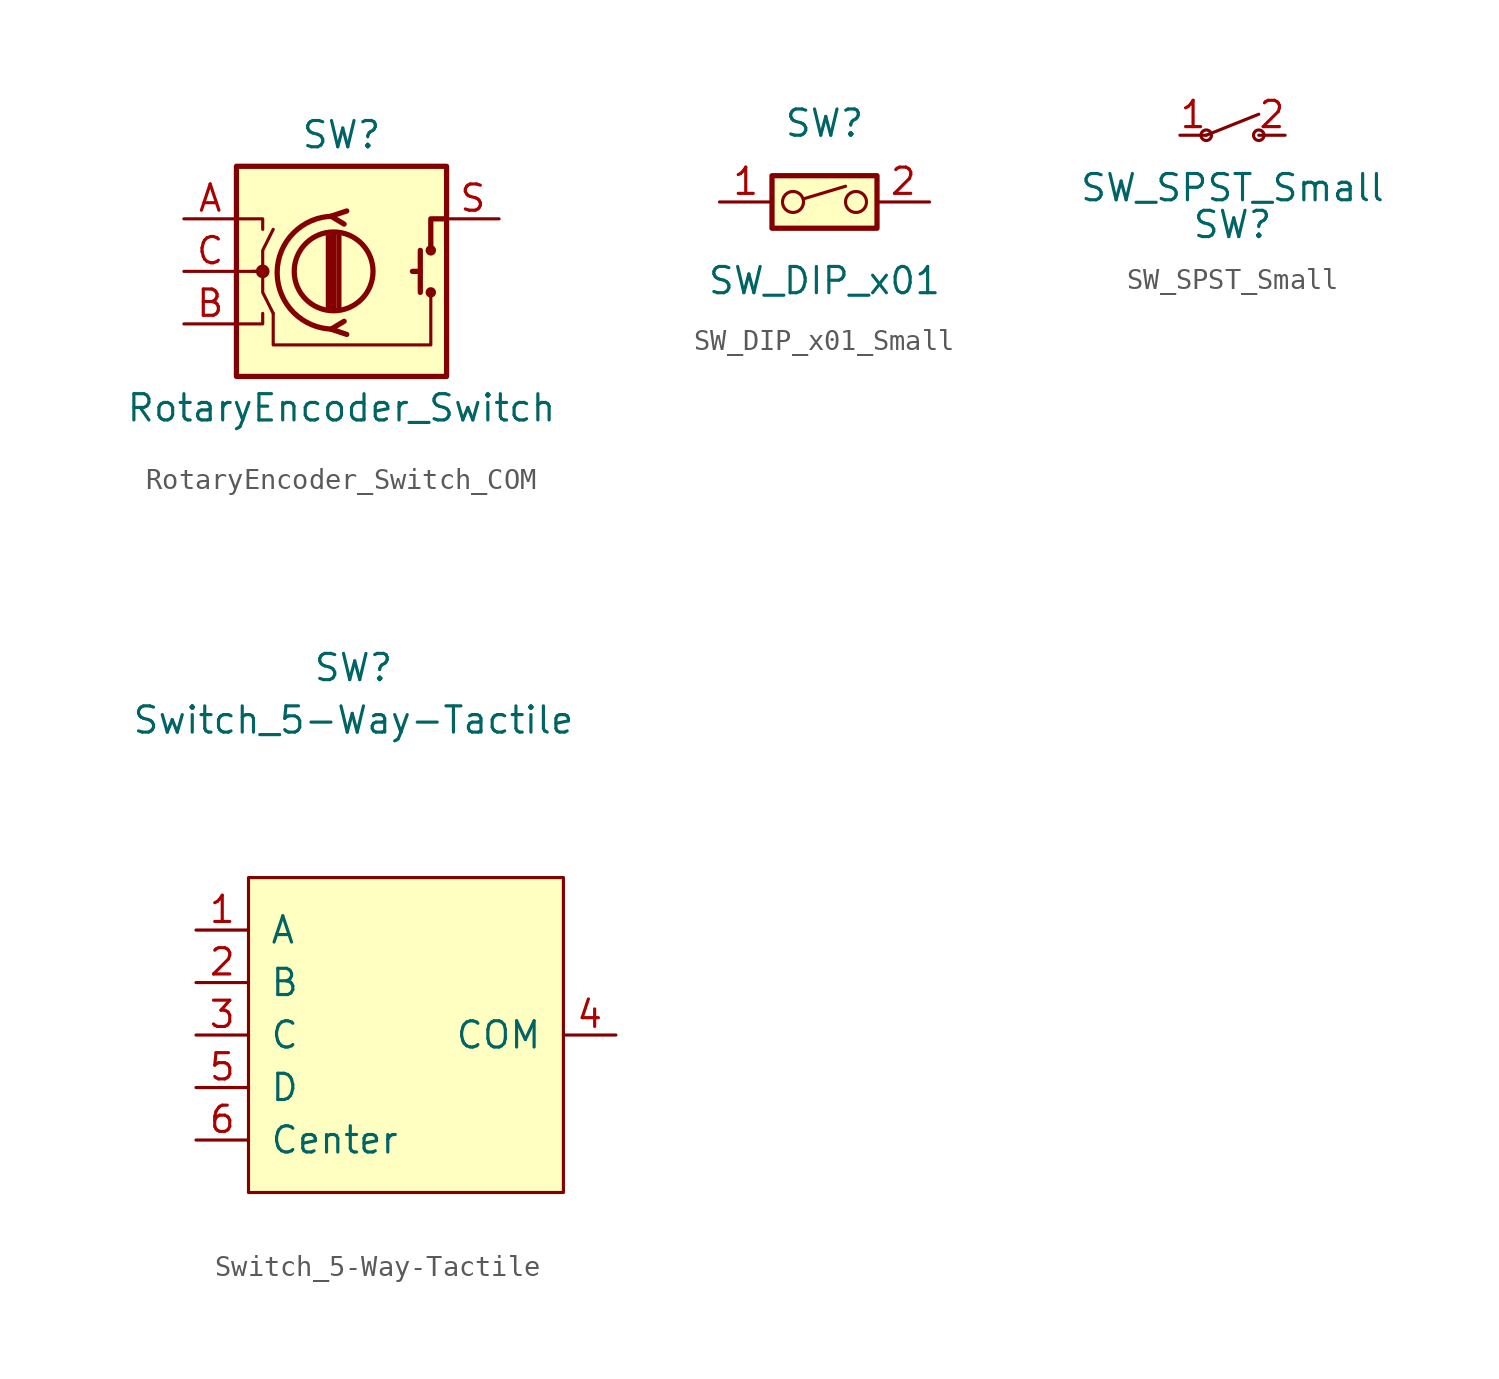
<source format=kicad_sym>
(kicad_symbol_lib
  (version 20220914)
  (generator kicad_symbol_editor)
  (symbol "RotaryEncoder_Switch_COM"
    (pin_names
      (offset 0.254) hide)
    (property "Reference" "SW"
      (at 0 6.604 0)
      (effects (font (size 1.27 1.27))))
    (property "Value" "RotaryEncoder_Switch"
      (at 0 -6.604 0)
      (effects (font (size 1.27 1.27))))
    (symbol "RotaryEncoder_Switch_COM_0_1"
      (rectangle (start -5.08 5.08) (end 5.08 -5.08) (stroke (width 0.254) (type default)) (fill (type background)))
      (circle (center -3.81 0) (radius 0.254) (stroke (width 0) (type default)) (fill (type outline)))
      (circle (center -0.381 0) (radius 1.905) (stroke (width 0.254) (type default)) (fill (type none)))
      (arc (start -0.381 2.667) (mid -3.0988 -0.0635) (end -0.381 -2.794) (stroke (width 0.254) (type default)) (fill (type none)))
      (polyline (pts (xy -0.635 -1.778) (xy -0.635 1.778)) (stroke (width 0.254) (type default)) (fill (type none)))
      (polyline (pts (xy -0.381 -1.778) (xy -0.381 1.778)) (stroke (width 0.254) (type default)) (fill (type none)))
      (polyline (pts (xy -0.127 1.778) (xy -0.127 -1.778)) (stroke (width 0.254) (type default)) (fill (type none)))
      (polyline (pts (xy 3.81 0) (xy 3.429 0)) (stroke (width 0.254) (type default)) (fill (type none)))
      (polyline (pts (xy 3.81 1.016) (xy 3.81 -1.016)) (stroke (width 0.254) (type default)) (fill (type none)))
      (polyline (pts (xy -5.08 -2.54) (xy -3.81 -2.54) (xy -3.81 -2.032)) (stroke (width 0) (type default)) (fill (type none)))
      (polyline (pts (xy -5.08 2.54) (xy -3.81 2.54) (xy -3.81 2.032)) (stroke (width 0) (type default)) (fill (type none)))
      (polyline (pts (xy 0.254 -3.048) (xy -0.508 -2.794) (xy 0.127 -2.413)) (stroke (width 0.254) (type default)) (fill (type none)))
      (polyline (pts (xy 0.254 2.921) (xy -0.508 2.667) (xy 0.127 2.286)) (stroke (width 0.254) (type default)) (fill (type none)))
      (polyline (pts (xy 5.08 2.54) (xy 4.318 2.54) (xy 4.318 1.016)) (stroke (width 0.254) (type default)) (fill (type none)))
      (polyline (pts (xy -5.08 0) (xy -3.81 0) (xy -3.81 -1.016) (xy -3.302 -2.032)) (stroke (width 0) (type default)) (fill (type none)))
      (polyline (pts (xy -4.318 0) (xy -3.81 0) (xy -3.81 1.016) (xy -3.302 2.032)) (stroke (width 0) (type default)) (fill (type none)))
      (polyline (pts (xy 4.318 -1.016) (xy 4.318 -3.556) (xy -3.302 -3.556) (xy -3.302 -2.032) (xy -3.302 -2.286)) (stroke (width 0) (type default)) (fill (type none)))
      (circle (center 4.318 -1.016) (radius 0.127) (stroke (width 0.254) (type default)) (fill (type none)))
      (circle (center 4.318 1.016) (radius 0.127) (stroke (width 0.254) (type default)) (fill (type none))))
    (symbol "RotaryEncoder_Switch_COM_1_1"
      (pin passive line (at -7.62 2.54 0) (length 2.54) (name "A" (effects (font (size 1.27 1.27)))) (number "A" (effects (font (size 1.27 1.27)))))
      (pin passive line (at -7.62 -2.54 0) (length 2.54) (name "B" (effects (font (size 1.27 1.27)))) (number "B" (effects (font (size 1.27 1.27)))))
      (pin passive line (at -7.62 0 0) (length 2.54) (name "C" (effects (font (size 1.27 1.27)))) (number "C" (effects (font (size 1.27 1.27)))))
      (pin passive line (at 7.62 2.54 180) (length 2.54) (name "S" (effects (font (size 1.27 1.27)))) (number "S" (effects (font (size 1.27 1.27)))))))
  (symbol "SW_DIP_x01_Small"
    (pin_names
      (offset 0) hide)
    (property "Reference" "SW"
      (at 0 3.81 0)
      (effects (font (size 1.27 1.27))))
    (property "Value" "SW_DIP_x01"
      (at 0 -3.81 0)
      (effects (font (size 1.27 1.27))))
    (symbol "SW_DIP_x01_Small_0_0"
      (circle (center -1.524 0) (radius 0.508) (stroke (width 0) (type default)) (fill (type none)))
      (polyline (pts (xy -1.016 0.152) (xy 1.016 0.762)) (stroke (width 0) (type default)) (fill (type none)))
      (circle (center 1.524 0) (radius 0.508) (stroke (width 0) (type default)) (fill (type none))))
    (symbol "SW_DIP_x01_Small_0_1"
      (rectangle (start -2.54 1.27) (end 2.54 -1.27) (stroke (width 0.254) (type default)) (fill (type background))))
    (symbol "SW_DIP_x01_Small_1_1"
      (pin passive line (at -5.08 0 0) (length 2.54) (name "~" (effects (font (size 1.27 1.27)))) (number "1" (effects (font (size 1.27 1.27)))))
      (pin passive line (at 5.08 0 180) (length 2.54) (name "~" (effects (font (size 1.27 1.27)))) (number "2" (effects (font (size 1.27 1.27)))))))
  (symbol "SW_SPST_Small"
    (pin_names
      (offset 0) hide)
    (property "Reference" "SW"
      (at 0 -4.318 0)
      (effects (font (size 1.27 1.27))))
    (property "Value" "SW_SPST_Small"
      (at 0 -2.54 0)
      (effects (font (size 1.27 1.27))))
    (symbol "SW_SPST_Small_0_1"
      (circle (center -1.27 0) (radius 0.254) (stroke (width 0) (type default)) (fill (type none)))
      (polyline (pts (xy -1.27 0) (xy 1.27 1.016)) (stroke (width 0) (type default)) (fill (type none)))
      (circle (center 1.27 0) (radius 0.254) (stroke (width 0) (type default)) (fill (type none))))
    (symbol "SW_SPST_Small_1_1"
      (pin passive line (at -2.54 0 0) (length 1.27) (name "A" (effects (font (size 1.27 1.27)))) (number "1" (effects (font (size 1.27 1.27)))))
      (pin passive line (at 2.54 0 180) (length 1.27) (name "B" (effects (font (size 1.27 1.27)))) (number "2" (effects (font (size 1.27 1.27)))))))
  (symbol "Switch_5-Way-Tactile"
    (pin_names
      (offset 1.016))
    (property "Reference" "SW"
      (at -2.54 17.78 0)
      (effects (font (size 1.27 1.27))))
    (property "Value" "Switch_5-Way-Tactile"
      (at -2.54 15.24 0)
      (effects (font (size 1.27 1.27))))
    (symbol "Switch_5-Way-Tactile_0_1"
      (rectangle (start -7.62 7.62) (end 7.62 -7.62) (stroke (width 0) (type default)) (fill (type background))))
    (symbol "Switch_5-Way-Tactile_1_1"
      (pin output line (at -10.16 5.08 0) (length 2.54) (name "A" (effects (font (size 1.27 1.27)))) (number "1" (effects (font (size 1.27 1.27)))))
      (pin output line (at -10.16 2.54 0) (length 2.54) (name "B" (effects (font (size 1.27 1.27)))) (number "2" (effects (font (size 1.27 1.27)))))
      (pin output line (at -10.16 0 0) (length 2.54) (name "C" (effects (font (size 1.27 1.27)))) (number "3" (effects (font (size 1.27 1.27)))))
      (pin output line (at 10.16 0 180) (length 2.54) (name "COM" (effects (font (size 1.27 1.27)))) (number "4" (effects (font (size 1.27 1.27)))))
      (pin input line (at -10.16 -2.54 0) (length 2.54) (name "D" (effects (font (size 1.27 1.27)))) (number "5" (effects (font (size 1.27 1.27)))))
      (pin output line (at -10.16 -5.08 0) (length 2.54) (name "Center" (effects (font (size 1.27 1.27)))) (number "6" (effects (font (size 1.27 1.27))))))))
</source>
